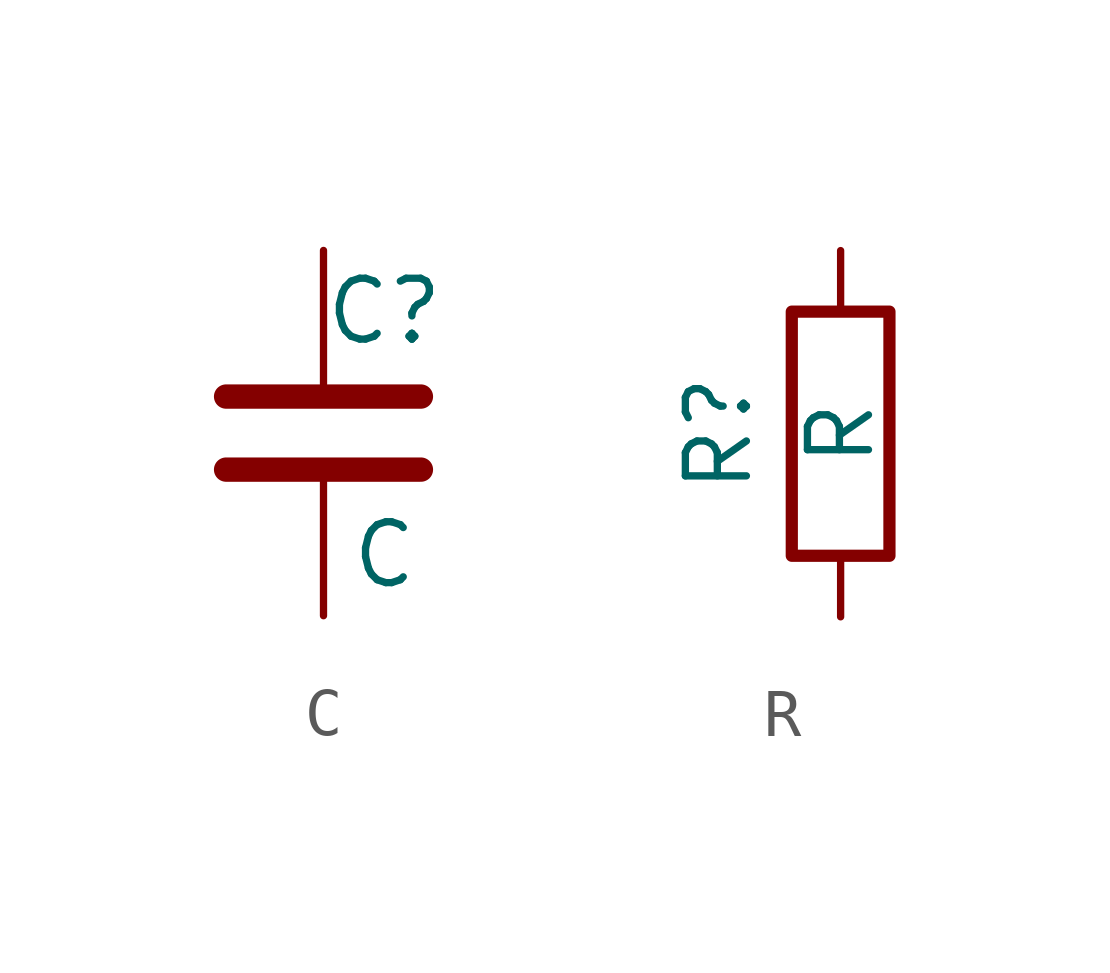
<source format=kicad_sym>
(kicad_symbol_lib
  (version 20220914)
  (generator kicad_symbol_editor)
  (symbol "C"
    (pin_numbers hide)
    (property "Reference" "C"
      (at 1.27 2.54 0)
      (effects (font (size 1.27 1.27))))
    (property "Value" "C"
      (at 1.27 -2.54 0)
      (effects (font (size 1.27 1.27))))
    (symbol "C_0_1"
      (polyline (pts (xy -2.032 -0.762) (xy 2.032 -0.762)) (stroke (width 0.508) (type default)) (fill (type none)))
      (polyline (pts (xy -2.032 0.762) (xy 2.032 0.762)) (stroke (width 0.508) (type default)) (fill (type none))))
    (symbol "C_1_1"
      (pin passive line (at 0 3.81 270) (length 2.794) (name "~" (effects (font (size 1.27 1.27)))) (number "1" (effects (font (size 1.27 1.27)))))
      (pin passive line (at 0 -3.81 90) (length 2.794) (name "~" (effects (font (size 1.27 1.27)))) (number "2" (effects (font (size 1.27 1.27)))))))
  (symbol "R"
    (pin_numbers hide)
    (property "Reference" "R"
      (at -2.54 0 90)
      (effects (font (size 1.27 1.27))))
    (property "Value" "R"
      (at 0 0 90)
      (effects (font (size 1.27 1.27))))
    (symbol "R_0_1"
      (rectangle (start -1.016 -2.54) (end 1.016 2.54) (stroke (width 0.254) (type default)) (fill (type none))))
    (symbol "R_1_1"
      (pin passive line (at 0 3.81 270) (length 1.27) (name "~" (effects (font (size 1.27 1.27)))) (number "1" (effects (font (size 1.27 1.27)))))
      (pin passive line (at 0 -3.81 90) (length 1.27) (name "~" (effects (font (size 1.27 1.27)))) (number "2" (effects (font (size 1.27 1.27))))))))
</source>
